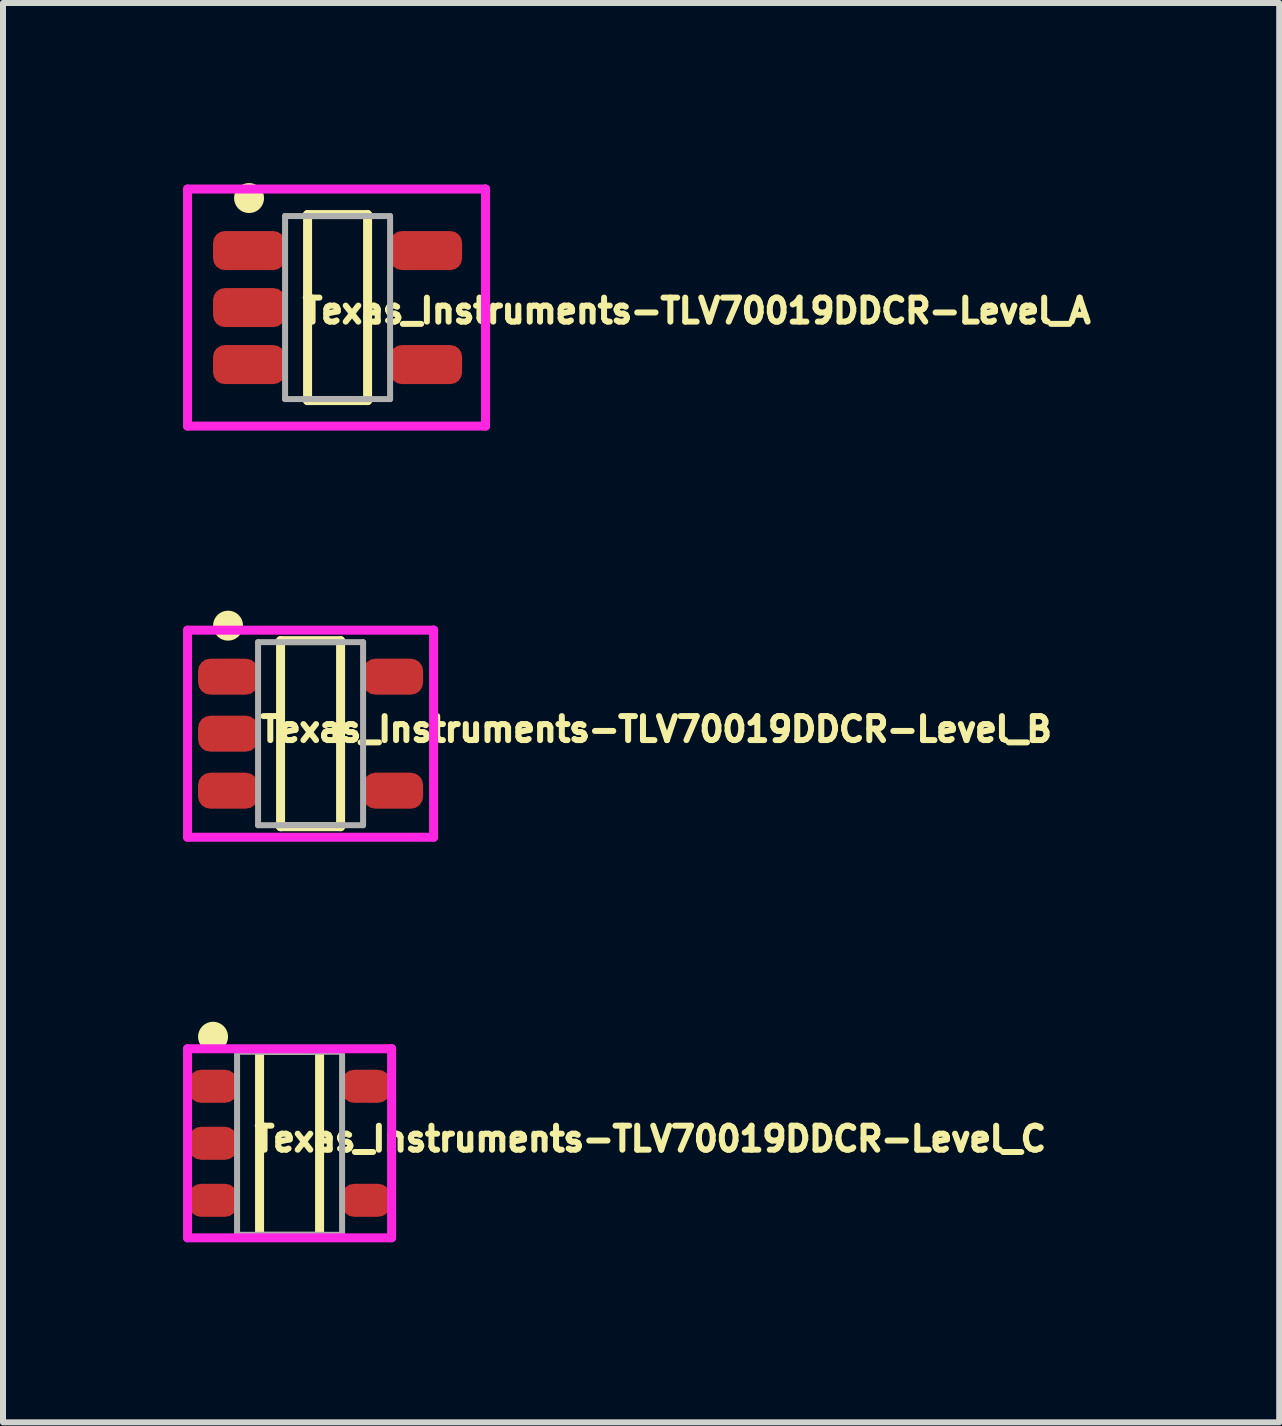
<source format=kicad_pcb>
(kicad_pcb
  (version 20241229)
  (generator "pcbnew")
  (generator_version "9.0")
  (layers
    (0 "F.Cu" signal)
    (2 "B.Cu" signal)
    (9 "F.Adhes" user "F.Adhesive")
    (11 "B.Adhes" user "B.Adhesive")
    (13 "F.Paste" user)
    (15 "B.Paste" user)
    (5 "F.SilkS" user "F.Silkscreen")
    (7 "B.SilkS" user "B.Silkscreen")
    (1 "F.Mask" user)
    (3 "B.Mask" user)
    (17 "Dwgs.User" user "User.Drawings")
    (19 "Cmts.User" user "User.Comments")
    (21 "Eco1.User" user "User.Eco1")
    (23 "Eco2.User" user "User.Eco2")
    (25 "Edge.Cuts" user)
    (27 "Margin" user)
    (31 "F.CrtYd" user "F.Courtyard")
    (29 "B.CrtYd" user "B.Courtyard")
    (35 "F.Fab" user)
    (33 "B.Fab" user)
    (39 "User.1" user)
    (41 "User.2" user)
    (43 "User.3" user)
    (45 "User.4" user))
  (footprint "Texas_Instruments-TLV70019DDCR-Level_A"
    (layer "F.Cu")
    (at 2.575 2.075)
    (property "Reference" "Texas_Instruments-TLV70019DDCR-Level_A" (at -0.635 0.054 0) (layer "F.SilkS") (effects (font (size 0.4 0.4) (thickness 0.15)) (justify left)))
    (attr through_hole)
    (fp_line (start -0.5 -1.55) (end 0.5 -1.55) (stroke (width 0.15) (type solid)) (layer "F.SilkS"))
    (fp_line (start -0.5 1.55) (end -0.5 -1.55) (stroke (width 0.15) (type solid)) (layer "F.SilkS"))
    (fp_line (start -0.5 1.55) (end 0.5 1.55) (stroke (width 0.15) (type solid)) (layer "F.SilkS"))
    (fp_line (start 0.5 1.55) (end 0.5 -1.55) (stroke (width 0.15) (type solid)) (layer "F.SilkS"))
    (fp_circle (center -1.475 -1.825) (end -1.35 -1.825) (stroke (width 0.25) (type solid)) (fill no) (layer "F.SilkS"))
    (fp_line (start -2.5 -1.975) (end -2.5 1.975) (stroke (width 0.15) (type solid)) (layer "F.CrtYd"))
    (fp_line (start -2.5 1.975) (end 2.465 1.975) (stroke (width 0.15) (type solid)) (layer "F.CrtYd"))
    (fp_line (start 2.465 -1.975) (end -2.5 -1.975) (stroke (width 0.15) (type solid)) (layer "F.CrtYd"))
    (fp_line (start 2.465 -1.975) (end 2.465 -1.975) (stroke (width 0.15) (type solid)) (layer "F.CrtYd"))
    (fp_line (start 2.465 1.975) (end 2.465 -1.975) (stroke (width 0.15) (type solid)) (layer "F.CrtYd"))
    (fp_line (start -0.875 -1.525) (end 0.875 -1.525) (stroke (width 0.1) (type solid)) (layer "F.Fab"))
    (fp_line (start -0.875 1.525) (end -0.875 -1.525) (stroke (width 0.1) (type solid)) (layer "F.Fab"))
    (fp_line (start -0.875 1.525) (end 0.875 1.525) (stroke (width 0.1) (type solid)) (layer "F.Fab"))
    (fp_line (start 0.875 1.525) (end 0.875 -1.525) (stroke (width 0.1) (type solid)) (layer "F.Fab"))
    (pad "1" smd roundrect (at -1.475 -0.95 270) (size 0.65 1.2) (layers "F.Cu" "F.Mask" "F.Paste") (roundrect_rratio 0.3))
    (pad "2" smd roundrect (at -1.475 -0.000001 270) (size 0.65 1.2) (layers "F.Cu" "F.Mask" "F.Paste") (roundrect_rratio 0.3))
    (pad "3" smd roundrect (at -1.475 0.95 270) (size 0.65 1.2) (layers "F.Cu" "F.Mask" "F.Paste") (roundrect_rratio 0.3))
    (pad "4" smd roundrect (at 1.475 0.95 270) (size 0.65 1.2) (layers "F.Cu" "F.Mask" "F.Paste") (roundrect_rratio 0.3))
    (pad "5" smd roundrect (at 1.475 -0.95 270) (size 0.65 1.2) (layers "F.Cu" "F.Mask" "F.Paste") (roundrect_rratio 0.3)))
  (footprint "Texas_Instruments-TLV70019DDCR-Level_C"
    (layer "F.Cu")
    (at 1.775 16)
    (property "Reference" "Texas_Instruments-TLV70019DDCR-Level_C" (at -0.635 -0.073 0) (layer "F.SilkS") (effects (font (size 0.4 0.4) (thickness 0.15)) (justify left)))
    (attr through_hole)
    (fp_line (start -0.5 -1.55) (end 0.5 -1.55) (stroke (width 0.15) (type solid)) (layer "F.SilkS"))
    (fp_line (start -0.5 1.55) (end -0.5 -1.55) (stroke (width 0.15) (type solid)) (layer "F.SilkS"))
    (fp_line (start -0.5 1.55) (end 0.5 1.55) (stroke (width 0.15) (type solid)) (layer "F.SilkS"))
    (fp_line (start 0.5 1.55) (end 0.5 -1.55) (stroke (width 0.15) (type solid)) (layer "F.SilkS"))
    (fp_circle (center -1.275 -1.775) (end -1.15 -1.775) (stroke (width 0.25) (type solid)) (fill no) (layer "F.SilkS"))
    (fp_line (start -1.7 -1.575) (end -1.7 1.575) (stroke (width 0.15) (type solid)) (layer "F.CrtYd"))
    (fp_line (start -1.7 1.575) (end 1.7 1.575) (stroke (width 0.15) (type solid)) (layer "F.CrtYd"))
    (fp_line (start 1.7 -1.575) (end -1.7 -1.575) (stroke (width 0.15) (type solid)) (layer "F.CrtYd"))
    (fp_line (start 1.7 -1.575) (end 1.7 -1.575) (stroke (width 0.15) (type solid)) (layer "F.CrtYd"))
    (fp_line (start 1.7 1.575) (end 1.7 -1.575) (stroke (width 0.15) (type solid)) (layer "F.CrtYd"))
    (fp_line (start -0.875 -1.525) (end 0.875 -1.525) (stroke (width 0.1) (type solid)) (layer "F.Fab"))
    (fp_line (start -0.875 1.525) (end -0.875 -1.525) (stroke (width 0.1) (type solid)) (layer "F.Fab"))
    (fp_line (start -0.875 1.525) (end 0.875 1.525) (stroke (width 0.1) (type solid)) (layer "F.Fab"))
    (fp_line (start 0.875 1.525) (end 0.875 -1.525) (stroke (width 0.1) (type solid)) (layer "F.Fab"))
    (pad "1" smd roundrect (at -1.275 -0.95 270) (size 0.55 0.8) (layers "F.Cu" "F.Mask" "F.Paste") (roundrect_rratio 0.36))
    (pad "2" smd roundrect (at -1.275 -0.000001 270) (size 0.55 0.8) (layers "F.Cu" "F.Mask" "F.Paste") (roundrect_rratio 0.36))
    (pad "3" smd roundrect (at -1.275 0.95 270) (size 0.55 0.8) (layers "F.Cu" "F.Mask" "F.Paste") (roundrect_rratio 0.36))
    (pad "4" smd roundrect (at 1.275 0.95 270) (size 0.55 0.8) (layers "F.Cu" "F.Mask" "F.Paste") (roundrect_rratio 0.36))
    (pad "5" smd roundrect (at 1.275 -0.95 270) (size 0.55 0.8) (layers "F.Cu" "F.Mask" "F.Paste") (roundrect_rratio 0.36)))
  (footprint "Texas_Instruments-TLV70019DDCR-Level_B"
    (layer "F.Cu")
    (at 2.125 9.175)
    (property "Reference" "Texas_Instruments-TLV70019DDCR-Level_B" (at -0.889 -0.073 0) (layer "F.SilkS") (effects (font (size 0.4 0.4) (thickness 0.15)) (justify left)))
    (attr through_hole)
    (fp_line (start -0.5 -1.55) (end 0.5 -1.55) (stroke (width 0.15) (type solid)) (layer "F.SilkS"))
    (fp_line (start -0.5 1.55) (end -0.5 -1.55) (stroke (width 0.15) (type solid)) (layer "F.SilkS"))
    (fp_line (start -0.5 1.55) (end 0.5 1.55) (stroke (width 0.15) (type solid)) (layer "F.SilkS"))
    (fp_line (start 0.5 1.55) (end 0.5 -1.55) (stroke (width 0.15) (type solid)) (layer "F.SilkS"))
    (fp_circle (center -1.375 -1.8) (end -1.25 -1.8) (stroke (width 0.25) (type solid)) (fill no) (layer "F.SilkS"))
    (fp_line (start -2.05 -1.725) (end -2.05 1.725) (stroke (width 0.15) (type solid)) (layer "F.CrtYd"))
    (fp_line (start -2.05 1.725) (end 2.05 1.725) (stroke (width 0.15) (type solid)) (layer "F.CrtYd"))
    (fp_line (start 2.05 -1.725) (end -2.05 -1.725) (stroke (width 0.15) (type solid)) (layer "F.CrtYd"))
    (fp_line (start 2.05 -1.725) (end 2.05 -1.725) (stroke (width 0.15) (type solid)) (layer "F.CrtYd"))
    (fp_line (start 2.05 1.725) (end 2.05 -1.725) (stroke (width 0.15) (type solid)) (layer "F.CrtYd"))
    (fp_line (start -0.875 -1.525) (end 0.875 -1.525) (stroke (width 0.1) (type solid)) (layer "F.Fab"))
    (fp_line (start -0.875 1.525) (end -0.875 -1.525) (stroke (width 0.1) (type solid)) (layer "F.Fab"))
    (fp_line (start -0.875 1.525) (end 0.875 1.525) (stroke (width 0.1) (type solid)) (layer "F.Fab"))
    (fp_line (start 0.875 1.525) (end 0.875 -1.525) (stroke (width 0.1) (type solid)) (layer "F.Fab"))
    (pad "1" smd roundrect (at -1.375 -0.95 270) (size 0.6 1) (layers "F.Cu" "F.Mask" "F.Paste") (roundrect_rratio 0.34))
    (pad "2" smd roundrect (at -1.375 -0.000001 270) (size 0.6 1) (layers "F.Cu" "F.Mask" "F.Paste") (roundrect_rratio 0.34))
    (pad "3" smd roundrect (at -1.375 0.95 270) (size 0.6 1) (layers "F.Cu" "F.Mask" "F.Paste") (roundrect_rratio 0.34))
    (pad "4" smd roundrect (at 1.375 0.95 270) (size 0.6 1) (layers "F.Cu" "F.Mask" "F.Paste") (roundrect_rratio 0.34))
    (pad "5" smd roundrect (at 1.375 -0.95 270) (size 0.6 1) (layers "F.Cu" "F.Mask" "F.Paste") (roundrect_rratio 0.34)))
  (gr_rect
    (start -3 -3)
    (end 18.265 20.65)
    (stroke (width 0.1) (type default))
    (fill no)
    (layer "Edge.Cuts")))
</source>
